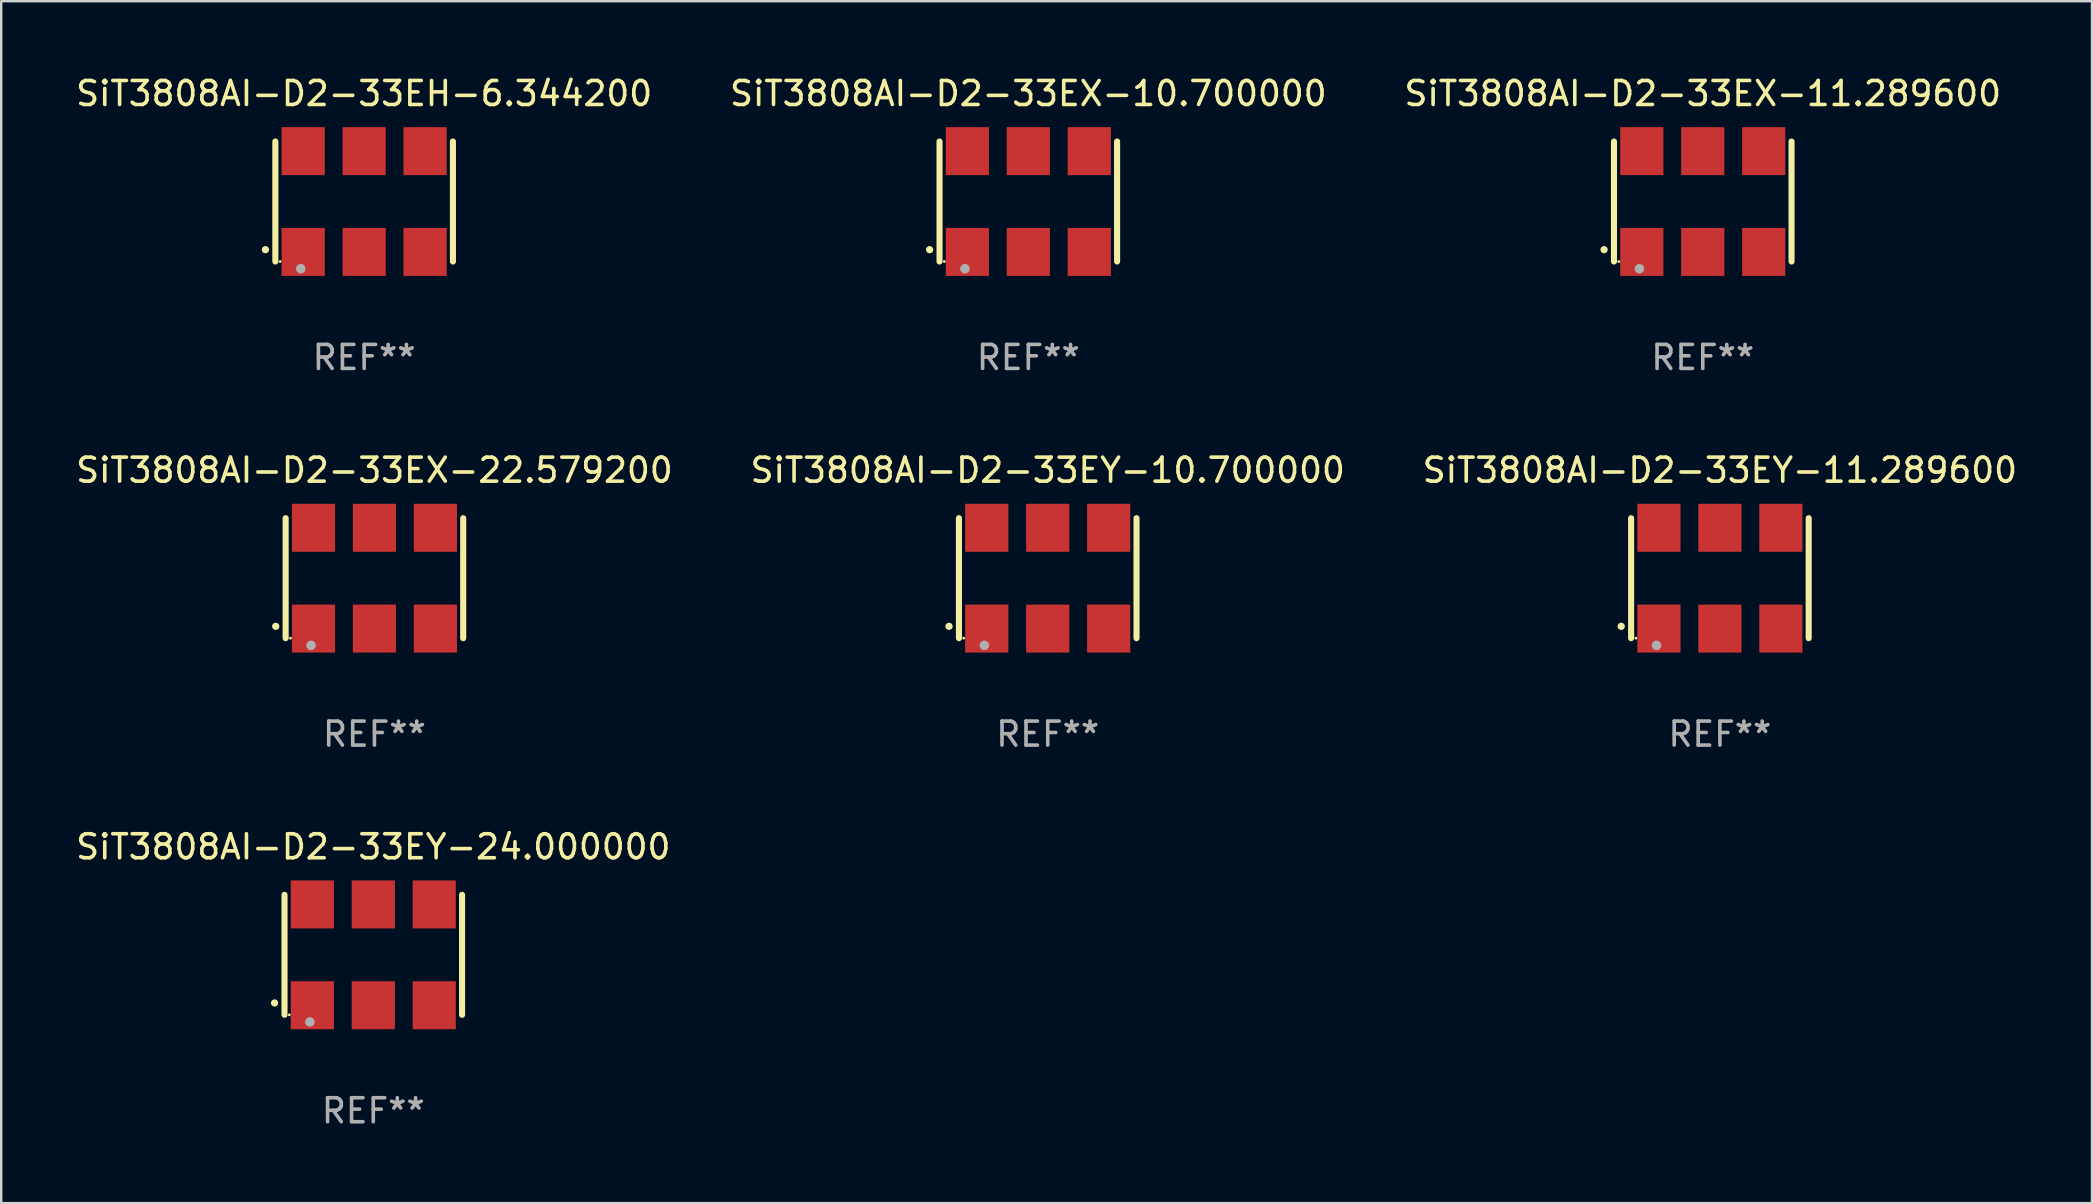
<source format=kicad_pcb>
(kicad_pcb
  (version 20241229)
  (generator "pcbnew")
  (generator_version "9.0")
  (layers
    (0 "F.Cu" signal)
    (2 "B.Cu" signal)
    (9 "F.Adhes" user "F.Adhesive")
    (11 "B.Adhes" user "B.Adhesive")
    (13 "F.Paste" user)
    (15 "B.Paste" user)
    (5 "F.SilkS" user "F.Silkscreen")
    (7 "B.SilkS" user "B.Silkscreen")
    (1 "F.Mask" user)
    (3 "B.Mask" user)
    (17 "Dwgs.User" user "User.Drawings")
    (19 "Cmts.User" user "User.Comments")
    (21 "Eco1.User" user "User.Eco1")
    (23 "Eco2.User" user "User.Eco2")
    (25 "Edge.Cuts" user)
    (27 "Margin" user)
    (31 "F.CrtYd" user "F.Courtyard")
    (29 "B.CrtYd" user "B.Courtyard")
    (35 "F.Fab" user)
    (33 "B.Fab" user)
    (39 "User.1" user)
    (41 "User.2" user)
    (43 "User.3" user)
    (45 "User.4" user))
  (footprint "SiT3808AI-D2-33EX-10.700000"
    (layer "F.Cu")
    (at 39.804 5.348)
    (property "Reference" "SiT3808AI-D2-33EX-10.700000" (at 0 -4.5 0) (layer "F.SilkS") (effects (font (size 1 1) (thickness 0.15))))
    (attr through_hole)
    (fp_line (start -3.7 -2.5) (end -3.7 2.5) (stroke (width 0.254) (type solid)) (layer "F.SilkS"))
    (fp_line (start 3.7 -2.5) (end 3.7 2.5) (stroke (width 0.254) (type solid)) (layer "F.SilkS"))
    (fp_arc (start -4.114415 2.006604) (mid -4.113145 2.006599) (end -4.111875 2.006604) (stroke (width 0.3) (type solid)) (layer "F.SilkS"))
    (fp_circle (center -3.5 2.501) (end -3.47 2.501) (stroke (width 0.06) (type solid)) (fill no) (layer "F.SilkS"))
    (fp_circle (center -2.641 2.799) (end -2.541 2.799) (stroke (width 0.2) (type solid)) (fill no) (layer "F.Fab"))
    (fp_text user "REF**" (at 0 6.5 0) (layer "F.Fab") (effects (font (size 1 1) (thickness 0.15))))
    (pad "1" smd rect (at -2.54 2.1) (size 1.8 2) (layers "F.Cu" "F.Mask" "F.Paste"))
    (pad "2" smd rect (at 0.000394 2.1) (size 1.8 2) (layers "F.Cu" "F.Mask" "F.Paste"))
    (pad "3" smd rect (at 2.54 2.1) (size 1.8 2) (layers "F.Cu" "F.Mask" "F.Paste"))
    (pad "4" smd rect (at 2.54 -2.1) (size 1.8 2) (layers "F.Cu" "F.Mask" "F.Paste"))
    (pad "5" smd rect (at 0.000394 -2.1) (size 1.8 2) (layers "F.Cu" "F.Mask" "F.Paste"))
    (pad "6" smd rect (at -2.54 -2.1) (size 1.8 2) (layers "F.Cu" "F.Mask" "F.Paste")))
  (footprint "SiT3808AI-D2-33EX-22.579200"
    (layer "F.Cu")
    (at 12.554 21.045)
    (property "Reference" "SiT3808AI-D2-33EX-22.579200" (at 0 -4.5 0) (layer "F.SilkS") (effects (font (size 1 1) (thickness 0.15))))
    (attr through_hole)
    (fp_line (start -3.7 -2.5) (end -3.7 2.5) (stroke (width 0.254) (type solid)) (layer "F.SilkS"))
    (fp_line (start 3.7 -2.5) (end 3.7 2.5) (stroke (width 0.254) (type solid)) (layer "F.SilkS"))
    (fp_arc (start -4.114415 2.006604) (mid -4.113145 2.006599) (end -4.111875 2.006604) (stroke (width 0.3) (type solid)) (layer "F.SilkS"))
    (fp_circle (center -3.5 2.501) (end -3.47 2.501) (stroke (width 0.06) (type solid)) (fill no) (layer "F.SilkS"))
    (fp_circle (center -2.641 2.799) (end -2.541 2.799) (stroke (width 0.2) (type solid)) (fill no) (layer "F.Fab"))
    (fp_text user "REF**" (at 0 6.5 0) (layer "F.Fab") (effects (font (size 1 1) (thickness 0.15))))
    (pad "1" smd rect (at -2.54 2.1) (size 1.8 2) (layers "F.Cu" "F.Mask" "F.Paste"))
    (pad "2" smd rect (at 0.000394 2.1) (size 1.8 2) (layers "F.Cu" "F.Mask" "F.Paste"))
    (pad "3" smd rect (at 2.54 2.1) (size 1.8 2) (layers "F.Cu" "F.Mask" "F.Paste"))
    (pad "4" smd rect (at 2.54 -2.1) (size 1.8 2) (layers "F.Cu" "F.Mask" "F.Paste"))
    (pad "5" smd rect (at 0.000394 -2.1) (size 1.8 2) (layers "F.Cu" "F.Mask" "F.Paste"))
    (pad "6" smd rect (at -2.54 -2.1) (size 1.8 2) (layers "F.Cu" "F.Mask" "F.Paste")))
  (footprint "SiT3808AI-D2-33EY-24.000000"
    (layer "F.Cu")
    (at 12.506 36.741)
    (property "Reference" "SiT3808AI-D2-33EY-24.000000" (at 0 -4.5 0) (layer "F.SilkS") (effects (font (size 1 1) (thickness 0.15))))
    (attr through_hole)
    (fp_line (start -3.7 -2.5) (end -3.7 2.5) (stroke (width 0.254) (type solid)) (layer "F.SilkS"))
    (fp_line (start 3.7 -2.5) (end 3.7 2.5) (stroke (width 0.254) (type solid)) (layer "F.SilkS"))
    (fp_arc (start -4.114415 2.006604) (mid -4.113145 2.006599) (end -4.111875 2.006604) (stroke (width 0.3) (type solid)) (layer "F.SilkS"))
    (fp_circle (center -3.5 2.501) (end -3.47 2.501) (stroke (width 0.06) (type solid)) (fill no) (layer "F.SilkS"))
    (fp_circle (center -2.641 2.799) (end -2.541 2.799) (stroke (width 0.2) (type solid)) (fill no) (layer "F.Fab"))
    (fp_text user "REF**" (at 0 6.5 0) (layer "F.Fab") (effects (font (size 1 1) (thickness 0.15))))
    (pad "1" smd rect (at -2.54 2.1) (size 1.8 2) (layers "F.Cu" "F.Mask" "F.Paste"))
    (pad "2" smd rect (at 0.000394 2.1) (size 1.8 2) (layers "F.Cu" "F.Mask" "F.Paste"))
    (pad "3" smd rect (at 2.54 2.1) (size 1.8 2) (layers "F.Cu" "F.Mask" "F.Paste"))
    (pad "4" smd rect (at 2.54 -2.1) (size 1.8 2) (layers "F.Cu" "F.Mask" "F.Paste"))
    (pad "5" smd rect (at 0.000394 -2.1) (size 1.8 2) (layers "F.Cu" "F.Mask" "F.Paste"))
    (pad "6" smd rect (at -2.54 -2.1) (size 1.8 2) (layers "F.Cu" "F.Mask" "F.Paste")))
  (footprint "SiT3808AI-D2-33EY-11.289600"
    (layer "F.Cu")
    (at 68.625 21.045)
    (property "Reference" "SiT3808AI-D2-33EY-11.289600" (at 0 -4.5 0) (layer "F.SilkS") (effects (font (size 1 1) (thickness 0.15))))
    (attr through_hole)
    (fp_line (start -3.7 -2.5) (end -3.7 2.5) (stroke (width 0.254) (type solid)) (layer "F.SilkS"))
    (fp_line (start 3.7 -2.5) (end 3.7 2.5) (stroke (width 0.254) (type solid)) (layer "F.SilkS"))
    (fp_arc (start -4.114415 2.006604) (mid -4.113145 2.006599) (end -4.111875 2.006604) (stroke (width 0.3) (type solid)) (layer "F.SilkS"))
    (fp_circle (center -3.5 2.501) (end -3.47 2.501) (stroke (width 0.06) (type solid)) (fill no) (layer "F.SilkS"))
    (fp_circle (center -2.641 2.799) (end -2.541 2.799) (stroke (width 0.2) (type solid)) (fill no) (layer "F.Fab"))
    (fp_text user "REF**" (at 0 6.5 0) (layer "F.Fab") (effects (font (size 1 1) (thickness 0.15))))
    (pad "1" smd rect (at -2.54 2.1) (size 1.8 2) (layers "F.Cu" "F.Mask" "F.Paste"))
    (pad "2" smd rect (at 0.000394 2.1) (size 1.8 2) (layers "F.Cu" "F.Mask" "F.Paste"))
    (pad "3" smd rect (at 2.54 2.1) (size 1.8 2) (layers "F.Cu" "F.Mask" "F.Paste"))
    (pad "4" smd rect (at 2.54 -2.1) (size 1.8 2) (layers "F.Cu" "F.Mask" "F.Paste"))
    (pad "5" smd rect (at 0.000394 -2.1) (size 1.8 2) (layers "F.Cu" "F.Mask" "F.Paste"))
    (pad "6" smd rect (at -2.54 -2.1) (size 1.8 2) (layers "F.Cu" "F.Mask" "F.Paste")))
  (footprint "SiT3808AI-D2-33EX-11.289600"
    (layer "F.Cu")
    (at 67.911 5.348)
    (property "Reference" "SiT3808AI-D2-33EX-11.289600" (at 0 -4.5 0) (layer "F.SilkS") (effects (font (size 1 1) (thickness 0.15))))
    (attr through_hole)
    (fp_line (start -3.7 -2.5) (end -3.7 2.5) (stroke (width 0.254) (type solid)) (layer "F.SilkS"))
    (fp_line (start 3.7 -2.5) (end 3.7 2.5) (stroke (width 0.254) (type solid)) (layer "F.SilkS"))
    (fp_arc (start -4.114415 2.006604) (mid -4.113145 2.006599) (end -4.111875 2.006604) (stroke (width 0.3) (type solid)) (layer "F.SilkS"))
    (fp_circle (center -3.5 2.501) (end -3.47 2.501) (stroke (width 0.06) (type solid)) (fill no) (layer "F.SilkS"))
    (fp_circle (center -2.641 2.799) (end -2.541 2.799) (stroke (width 0.2) (type solid)) (fill no) (layer "F.Fab"))
    (fp_text user "REF**" (at 0 6.5 0) (layer "F.Fab") (effects (font (size 1 1) (thickness 0.15))))
    (pad "1" smd rect (at -2.54 2.1) (size 1.8 2) (layers "F.Cu" "F.Mask" "F.Paste"))
    (pad "2" smd rect (at 0.000394 2.1) (size 1.8 2) (layers "F.Cu" "F.Mask" "F.Paste"))
    (pad "3" smd rect (at 2.54 2.1) (size 1.8 2) (layers "F.Cu" "F.Mask" "F.Paste"))
    (pad "4" smd rect (at 2.54 -2.1) (size 1.8 2) (layers "F.Cu" "F.Mask" "F.Paste"))
    (pad "5" smd rect (at 0.000394 -2.1) (size 1.8 2) (layers "F.Cu" "F.Mask" "F.Paste"))
    (pad "6" smd rect (at -2.54 -2.1) (size 1.8 2) (layers "F.Cu" "F.Mask" "F.Paste")))
  (footprint "SiT3808AI-D2-33EY-10.700000"
    (layer "F.Cu")
    (at 40.613 21.045)
    (property "Reference" "SiT3808AI-D2-33EY-10.700000" (at 0 -4.5 0) (layer "F.SilkS") (effects (font (size 1 1) (thickness 0.15))))
    (attr through_hole)
    (fp_line (start -3.7 -2.5) (end -3.7 2.5) (stroke (width 0.254) (type solid)) (layer "F.SilkS"))
    (fp_line (start 3.7 -2.5) (end 3.7 2.5) (stroke (width 0.254) (type solid)) (layer "F.SilkS"))
    (fp_arc (start -4.114415 2.006604) (mid -4.113145 2.006599) (end -4.111875 2.006604) (stroke (width 0.3) (type solid)) (layer "F.SilkS"))
    (fp_circle (center -3.5 2.501) (end -3.47 2.501) (stroke (width 0.06) (type solid)) (fill no) (layer "F.SilkS"))
    (fp_circle (center -2.641 2.799) (end -2.541 2.799) (stroke (width 0.2) (type solid)) (fill no) (layer "F.Fab"))
    (fp_text user "REF**" (at 0 6.5 0) (layer "F.Fab") (effects (font (size 1 1) (thickness 0.15))))
    (pad "1" smd rect (at -2.54 2.1) (size 1.8 2) (layers "F.Cu" "F.Mask" "F.Paste"))
    (pad "2" smd rect (at 0.000394 2.1) (size 1.8 2) (layers "F.Cu" "F.Mask" "F.Paste"))
    (pad "3" smd rect (at 2.54 2.1) (size 1.8 2) (layers "F.Cu" "F.Mask" "F.Paste"))
    (pad "4" smd rect (at 2.54 -2.1) (size 1.8 2) (layers "F.Cu" "F.Mask" "F.Paste"))
    (pad "5" smd rect (at 0.000394 -2.1) (size 1.8 2) (layers "F.Cu" "F.Mask" "F.Paste"))
    (pad "6" smd rect (at -2.54 -2.1) (size 1.8 2) (layers "F.Cu" "F.Mask" "F.Paste")))
  (footprint "SiT3808AI-D2-33EH-6.344200"
    (layer "F.Cu")
    (at 12.125 5.348)
    (property "Reference" "SiT3808AI-D2-33EH-6.344200" (at 0 -4.5 0) (layer "F.SilkS") (effects (font (size 1 1) (thickness 0.15))))
    (attr through_hole)
    (fp_line (start -3.7 -2.5) (end -3.7 2.5) (stroke (width 0.254) (type solid)) (layer "F.SilkS"))
    (fp_line (start 3.7 -2.5) (end 3.7 2.5) (stroke (width 0.254) (type solid)) (layer "F.SilkS"))
    (fp_arc (start -4.114415 2.006604) (mid -4.113145 2.006599) (end -4.111875 2.006604) (stroke (width 0.3) (type solid)) (layer "F.SilkS"))
    (fp_circle (center -3.5 2.501) (end -3.47 2.501) (stroke (width 0.06) (type solid)) (fill no) (layer "F.SilkS"))
    (fp_circle (center -2.641 2.799) (end -2.541 2.799) (stroke (width 0.2) (type solid)) (fill no) (layer "F.Fab"))
    (fp_text user "REF**" (at 0 6.5 0) (layer "F.Fab") (effects (font (size 1 1) (thickness 0.15))))
    (pad "1" smd rect (at -2.54 2.1) (size 1.8 2) (layers "F.Cu" "F.Mask" "F.Paste"))
    (pad "2" smd rect (at 0.000394 2.1) (size 1.8 2) (layers "F.Cu" "F.Mask" "F.Paste"))
    (pad "3" smd rect (at 2.54 2.1) (size 1.8 2) (layers "F.Cu" "F.Mask" "F.Paste"))
    (pad "4" smd rect (at 2.54 -2.1) (size 1.8 2) (layers "F.Cu" "F.Mask" "F.Paste"))
    (pad "5" smd rect (at 0.000394 -2.1) (size 1.8 2) (layers "F.Cu" "F.Mask" "F.Paste"))
    (pad "6" smd rect (at -2.54 -2.1) (size 1.8 2) (layers "F.Cu" "F.Mask" "F.Paste")))
  (gr_rect
    (start -3 -3)
    (end 84.131 47.09)
    (stroke (width 0.1) (type default))
    (fill no)
    (layer "Edge.Cuts")))
</source>
